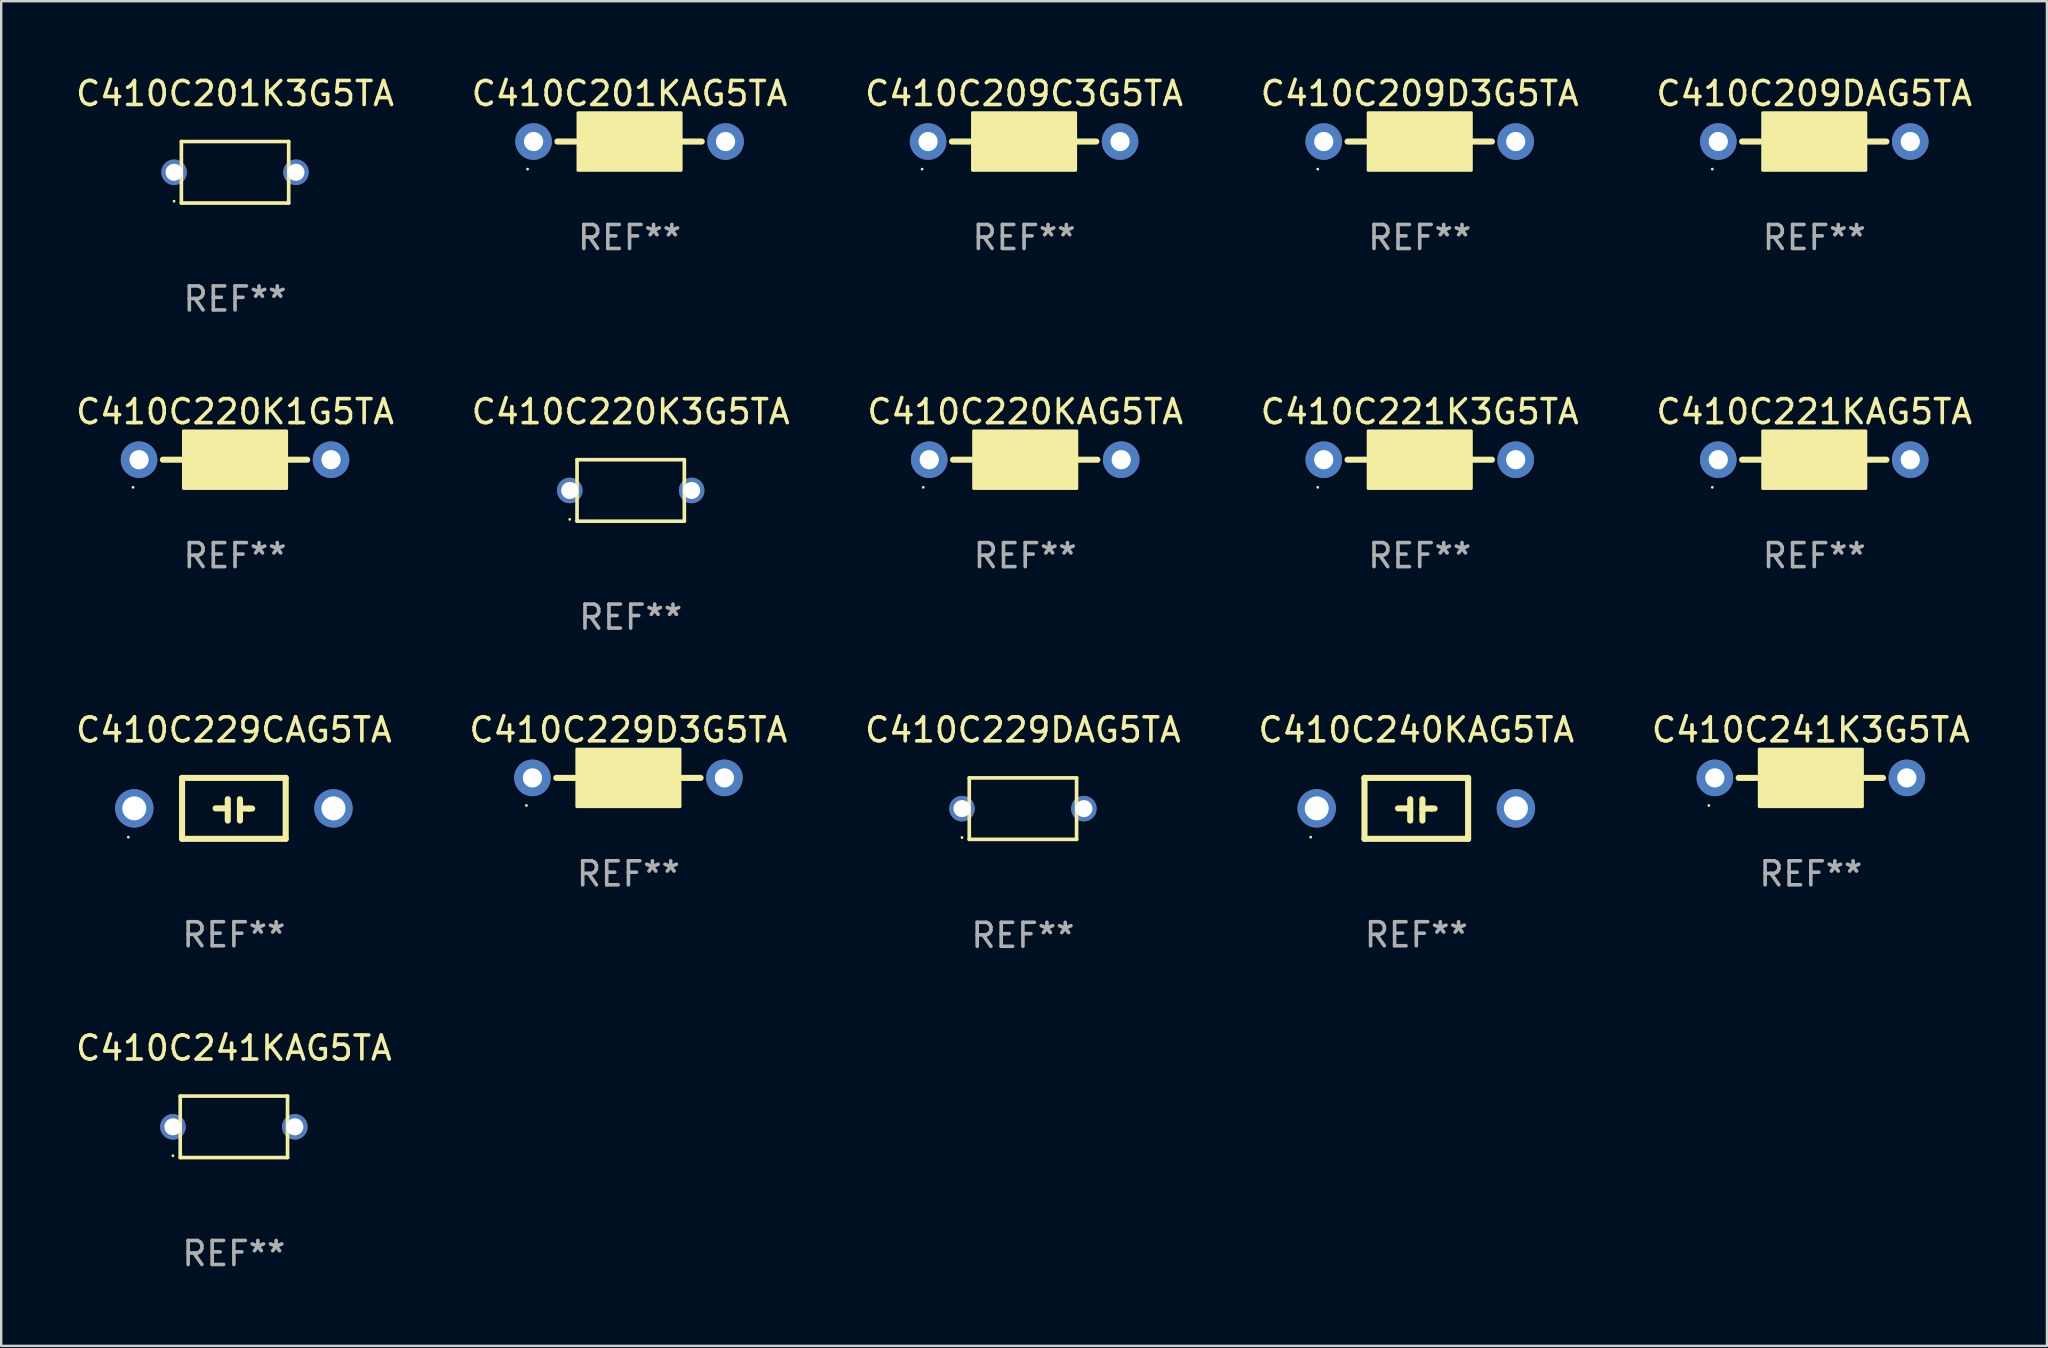
<source format=kicad_pcb>
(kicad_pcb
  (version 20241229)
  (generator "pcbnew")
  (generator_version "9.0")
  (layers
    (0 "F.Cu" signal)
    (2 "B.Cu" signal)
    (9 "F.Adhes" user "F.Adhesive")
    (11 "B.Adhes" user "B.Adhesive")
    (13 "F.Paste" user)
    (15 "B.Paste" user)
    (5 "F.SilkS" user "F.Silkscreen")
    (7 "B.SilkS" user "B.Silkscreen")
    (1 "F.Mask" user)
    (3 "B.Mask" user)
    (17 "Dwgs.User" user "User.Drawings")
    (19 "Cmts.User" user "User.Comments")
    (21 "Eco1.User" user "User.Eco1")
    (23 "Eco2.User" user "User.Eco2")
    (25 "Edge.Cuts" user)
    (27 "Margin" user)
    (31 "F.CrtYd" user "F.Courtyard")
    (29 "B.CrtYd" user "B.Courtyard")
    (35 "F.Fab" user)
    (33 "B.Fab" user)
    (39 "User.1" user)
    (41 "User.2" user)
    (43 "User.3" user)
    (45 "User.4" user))
  (footprint "C410C240KAG5TA"
    (layer "F.Cu")
    (at 55.97 30.636)
    (property "Reference" "C410C240KAG5TA" (at 0 -3.27 0) (layer "F.SilkS") (effects (font (size 1 1) (thickness 0.15))))
    (attr through_hole)
    (fp_line (start -2.159 -1.27) (end -2.159 1.27) (stroke (width 0.254) (type solid)) (layer "F.SilkS"))
    (fp_line (start -2.159 1.27) (end 2.159 1.27) (stroke (width 0.254) (type solid)) (layer "F.SilkS"))
    (fp_line (start -0.762 0) (end -0.322 0) (stroke (width 0.254) (type solid)) (layer "F.SilkS"))
    (fp_line (start -0.322 0) (end -0.254 0.068) (stroke (width 0.254) (type solid)) (layer "F.SilkS"))
    (fp_line (start -0.254 -0.381) (end -0.254 0.508) (stroke (width 0.254) (type solid)) (layer "F.SilkS"))
    (fp_line (start 0.254 -0.381) (end 0.254 0.508) (stroke (width 0.254) (type solid)) (layer "F.SilkS"))
    (fp_line (start 0.254 0.008) (end 0.635 0.008) (stroke (width 0.254) (type solid)) (layer "F.SilkS"))
    (fp_line (start 0.635 0.008) (end 0.762 0.008) (stroke (width 0.254) (type solid)) (layer "F.SilkS"))
    (fp_line (start 2.159 -1.27) (end -2.159 -1.27) (stroke (width 0.254) (type solid)) (layer "F.SilkS"))
    (fp_line (start 2.159 1.27) (end 2.159 -1.27) (stroke (width 0.254) (type solid)) (layer "F.SilkS"))
    (fp_circle (center -4.4 1.2) (end -4.37 1.2) (stroke (width 0.06) (type solid)) (fill no) (layer "F.SilkS"))
    (fp_text user "REF**" (at 0 5.27 0) (layer "F.Fab") (effects (font (size 1 1) (thickness 0.15))))
    (pad "1" thru_hole circle (at -4.15 0) (size 1.6 1.6) (drill 1) (layers "*.Cu" "*.Mask"))
    (pad "2" thru_hole circle (at 4.15 0) (size 1.6 1.6) (drill 1) (layers "*.Cu" "*.Mask")))
  (footprint "C410C229CAG5TA"
    (layer "F.Cu")
    (at 6.696 30.636)
    (property "Reference" "C410C229CAG5TA" (at 0 -3.27 0) (layer "F.SilkS") (effects (font (size 1 1) (thickness 0.15))))
    (attr through_hole)
    (fp_line (start -2.159 -1.27) (end -2.159 1.27) (stroke (width 0.254) (type solid)) (layer "F.SilkS"))
    (fp_line (start -2.159 1.27) (end 2.159 1.27) (stroke (width 0.254) (type solid)) (layer "F.SilkS"))
    (fp_line (start -0.762 0) (end -0.322 0) (stroke (width 0.254) (type solid)) (layer "F.SilkS"))
    (fp_line (start -0.322 0) (end -0.254 0.068) (stroke (width 0.254) (type solid)) (layer "F.SilkS"))
    (fp_line (start -0.254 -0.381) (end -0.254 0.508) (stroke (width 0.254) (type solid)) (layer "F.SilkS"))
    (fp_line (start 0.254 -0.381) (end 0.254 0.508) (stroke (width 0.254) (type solid)) (layer "F.SilkS"))
    (fp_line (start 0.254 0.008) (end 0.635 0.008) (stroke (width 0.254) (type solid)) (layer "F.SilkS"))
    (fp_line (start 0.635 0.008) (end 0.762 0.008) (stroke (width 0.254) (type solid)) (layer "F.SilkS"))
    (fp_line (start 2.159 -1.27) (end -2.159 -1.27) (stroke (width 0.254) (type solid)) (layer "F.SilkS"))
    (fp_line (start 2.159 1.27) (end 2.159 -1.27) (stroke (width 0.254) (type solid)) (layer "F.SilkS"))
    (fp_circle (center -4.4 1.2) (end -4.37 1.2) (stroke (width 0.06) (type solid)) (fill no) (layer "F.SilkS"))
    (fp_text user "REF**" (at 0 5.27 0) (layer "F.Fab") (effects (font (size 1 1) (thickness 0.15))))
    (pad "1" thru_hole circle (at -4.15 0) (size 1.6 1.6) (drill 1) (layers "*.Cu" "*.Mask"))
    (pad "2" thru_hole circle (at 4.15 0) (size 1.6 1.6) (drill 1) (layers "*.Cu" "*.Mask")))
  (footprint "C410C229D3G5TA"
    (layer "F.Cu")
    (at 23.137 29.366)
    (property "Reference" "C410C229D3G5TA" (at 0 -2 0) (layer "F.SilkS") (effects (font (size 1 1) (thickness 0.15))))
    (attr through_hole)
    (fp_line (start -2.25 0) (end -3.007 0) (stroke (width 0.254) (type solid)) (layer "F.SilkS"))
    (fp_line (start 2.2 0) (end 3.007 0) (stroke (width 0.254) (type solid)) (layer "F.SilkS"))
    (fp_circle (center -4.25 1.15) (end -4.22 1.15) (stroke (width 0.06) (type solid)) (fill no) (layer "F.SilkS"))
    (fp_poly (pts (xy -2.15 -1.2) (xy 2.15 -1.2) (xy 2.15 1.2) (xy -2.15 1.2)) (stroke (width 0.12) (type solid)) (fill yes) (layer "F.SilkS"))
    (fp_text user "REF**" (at 0 4 0) (layer "F.Fab") (effects (font (size 1 1) (thickness 0.15))))
    (pad "1" thru_hole circle (at -4 0) (size 1.524 1.524) (drill 0.8) (layers "*.Cu" "*.Mask"))
    (pad "2" thru_hole circle (at 4 0) (size 1.524 1.524) (drill 0.8) (layers "*.Cu" "*.Mask")))
  (footprint "C410C229DAG5TA"
    (layer "F.Cu")
    (at 39.577 30.647)
    (property "Reference" "C410C229DAG5TA" (at 0 -3.281 0) (layer "F.SilkS") (effects (font (size 1 1) (thickness 0.15))))
    (attr through_hole)
    (fp_line (start -2.236 -1.281) (end 2.236 -1.281) (stroke (width 0.152) (type solid)) (layer "F.SilkS"))
    (fp_line (start -2.236 1.281) (end -2.236 -1.281) (stroke (width 0.152) (type solid)) (layer "F.SilkS"))
    (fp_line (start 2.236 -1.281) (end 2.236 1.281) (stroke (width 0.152) (type solid)) (layer "F.SilkS"))
    (fp_line (start 2.236 1.281) (end -2.236 1.281) (stroke (width 0.152) (type solid)) (layer "F.SilkS"))
    (fp_circle (center -2.54 1.205) (end -2.51 1.205) (stroke (width 0.06) (type solid)) (fill no) (layer "F.SilkS"))
    (fp_text user "REF**" (at 0 5.281 0) (layer "F.Fab") (effects (font (size 1 1) (thickness 0.15))))
    (pad "1" thru_hole circle (at -2.54 0) (size 1.065 1.065) (drill 0.71) (layers "*.Cu" "*.Mask"))
    (pad "2" thru_hole circle (at 2.54 0) (size 1.065 1.065) (drill 0.71) (layers "*.Cu" "*.Mask")))
  (footprint "C410C221K3G5TA"
    (layer "F.Cu")
    (at 56.113 16.107)
    (property "Reference" "C410C221K3G5TA" (at 0 -2 0) (layer "F.SilkS") (effects (font (size 1 1) (thickness 0.15))))
    (attr through_hole)
    (fp_line (start -2.25 0) (end -3.007 0) (stroke (width 0.254) (type solid)) (layer "F.SilkS"))
    (fp_line (start 2.2 0) (end 3.007 0) (stroke (width 0.254) (type solid)) (layer "F.SilkS"))
    (fp_circle (center -4.25 1.15) (end -4.22 1.15) (stroke (width 0.06) (type solid)) (fill no) (layer "F.SilkS"))
    (fp_poly (pts (xy -2.15 -1.2) (xy 2.15 -1.2) (xy 2.15 1.2) (xy -2.15 1.2)) (stroke (width 0.12) (type solid)) (fill yes) (layer "F.SilkS"))
    (fp_text user "REF**" (at 0 4 0) (layer "F.Fab") (effects (font (size 1 1) (thickness 0.15))))
    (pad "1" thru_hole circle (at -4 0) (size 1.524 1.524) (drill 0.8) (layers "*.Cu" "*.Mask"))
    (pad "2" thru_hole circle (at 4 0) (size 1.524 1.524) (drill 0.8) (layers "*.Cu" "*.Mask")))
  (footprint "C410C209D3G5TA"
    (layer "F.Cu")
    (at 56.113 2.848)
    (property "Reference" "C410C209D3G5TA" (at 0 -2 0) (layer "F.SilkS") (effects (font (size 1 1) (thickness 0.15))))
    (attr through_hole)
    (fp_line (start -2.25 0) (end -3.007 0) (stroke (width 0.254) (type solid)) (layer "F.SilkS"))
    (fp_line (start 2.2 0) (end 3.007 0) (stroke (width 0.254) (type solid)) (layer "F.SilkS"))
    (fp_circle (center -4.25 1.15) (end -4.22 1.15) (stroke (width 0.06) (type solid)) (fill no) (layer "F.SilkS"))
    (fp_poly (pts (xy -2.15 -1.2) (xy 2.15 -1.2) (xy 2.15 1.2) (xy -2.15 1.2)) (stroke (width 0.12) (type solid)) (fill yes) (layer "F.SilkS"))
    (fp_text user "REF**" (at 0 4 0) (layer "F.Fab") (effects (font (size 1 1) (thickness 0.15))))
    (pad "1" thru_hole circle (at -4 0) (size 1.524 1.524) (drill 0.8) (layers "*.Cu" "*.Mask"))
    (pad "2" thru_hole circle (at 4 0) (size 1.524 1.524) (drill 0.8) (layers "*.Cu" "*.Mask")))
  (footprint "C410C221KAG5TA"
    (layer "F.Cu")
    (at 72.554 16.107)
    (property "Reference" "C410C221KAG5TA" (at 0 -2 0) (layer "F.SilkS") (effects (font (size 1 1) (thickness 0.15))))
    (attr through_hole)
    (fp_line (start -2.25 0) (end -3.007 0) (stroke (width 0.254) (type solid)) (layer "F.SilkS"))
    (fp_line (start 2.2 0) (end 3.007 0) (stroke (width 0.254) (type solid)) (layer "F.SilkS"))
    (fp_circle (center -4.25 1.15) (end -4.22 1.15) (stroke (width 0.06) (type solid)) (fill no) (layer "F.SilkS"))
    (fp_poly (pts (xy -2.15 -1.2) (xy 2.15 -1.2) (xy 2.15 1.2) (xy -2.15 1.2)) (stroke (width 0.12) (type solid)) (fill yes) (layer "F.SilkS"))
    (fp_text user "REF**" (at 0 4 0) (layer "F.Fab") (effects (font (size 1 1) (thickness 0.15))))
    (pad "1" thru_hole circle (at -4 0) (size 1.524 1.524) (drill 0.8) (layers "*.Cu" "*.Mask"))
    (pad "2" thru_hole circle (at 4 0) (size 1.524 1.524) (drill 0.8) (layers "*.Cu" "*.Mask")))
  (footprint "C410C220K3G5TA"
    (layer "F.Cu")
    (at 23.232 17.388)
    (property "Reference" "C410C220K3G5TA" (at 0 -3.281 0) (layer "F.SilkS") (effects (font (size 1 1) (thickness 0.15))))
    (attr through_hole)
    (fp_line (start -2.236 -1.281) (end 2.236 -1.281) (stroke (width 0.152) (type solid)) (layer "F.SilkS"))
    (fp_line (start -2.236 1.281) (end -2.236 -1.281) (stroke (width 0.152) (type solid)) (layer "F.SilkS"))
    (fp_line (start 2.236 -1.281) (end 2.236 1.281) (stroke (width 0.152) (type solid)) (layer "F.SilkS"))
    (fp_line (start 2.236 1.281) (end -2.236 1.281) (stroke (width 0.152) (type solid)) (layer "F.SilkS"))
    (fp_circle (center -2.54 1.205) (end -2.51 1.205) (stroke (width 0.06) (type solid)) (fill no) (layer "F.SilkS"))
    (fp_text user "REF**" (at 0 5.281 0) (layer "F.Fab") (effects (font (size 1 1) (thickness 0.15))))
    (pad "1" thru_hole circle (at -2.54 0) (size 1.065 1.065) (drill 0.71) (layers "*.Cu" "*.Mask"))
    (pad "2" thru_hole circle (at 2.54 0) (size 1.065 1.065) (drill 0.71) (layers "*.Cu" "*.Mask")))
  (footprint "C410C241KAG5TA"
    (layer "F.Cu")
    (at 6.696 43.906)
    (property "Reference" "C410C241KAG5TA" (at 0 -3.281 0) (layer "F.SilkS") (effects (font (size 1 1) (thickness 0.15))))
    (attr through_hole)
    (fp_line (start -2.236 -1.281) (end 2.236 -1.281) (stroke (width 0.152) (type solid)) (layer "F.SilkS"))
    (fp_line (start -2.236 1.281) (end -2.236 -1.281) (stroke (width 0.152) (type solid)) (layer "F.SilkS"))
    (fp_line (start 2.236 -1.281) (end 2.236 1.281) (stroke (width 0.152) (type solid)) (layer "F.SilkS"))
    (fp_line (start 2.236 1.281) (end -2.236 1.281) (stroke (width 0.152) (type solid)) (layer "F.SilkS"))
    (fp_circle (center -2.54 1.205) (end -2.51 1.205) (stroke (width 0.06) (type solid)) (fill no) (layer "F.SilkS"))
    (fp_text user "REF**" (at 0 5.281 0) (layer "F.Fab") (effects (font (size 1 1) (thickness 0.15))))
    (pad "1" thru_hole circle (at -2.54 0) (size 1.065 1.065) (drill 0.71) (layers "*.Cu" "*.Mask"))
    (pad "2" thru_hole circle (at 2.54 0) (size 1.065 1.065) (drill 0.71) (layers "*.Cu" "*.Mask")))
  (footprint "C410C209C3G5TA"
    (layer "F.Cu")
    (at 39.625 2.848)
    (property "Reference" "C410C209C3G5TA" (at 0 -2 0) (layer "F.SilkS") (effects (font (size 1 1) (thickness 0.15))))
    (attr through_hole)
    (fp_line (start -2.25 0) (end -3.007 0) (stroke (width 0.254) (type solid)) (layer "F.SilkS"))
    (fp_line (start 2.2 0) (end 3.007 0) (stroke (width 0.254) (type solid)) (layer "F.SilkS"))
    (fp_circle (center -4.25 1.15) (end -4.22 1.15) (stroke (width 0.06) (type solid)) (fill no) (layer "F.SilkS"))
    (fp_poly (pts (xy -2.15 -1.2) (xy 2.15 -1.2) (xy 2.15 1.2) (xy -2.15 1.2)) (stroke (width 0.12) (type solid)) (fill yes) (layer "F.SilkS"))
    (fp_text user "REF**" (at 0 4 0) (layer "F.Fab") (effects (font (size 1 1) (thickness 0.15))))
    (pad "1" thru_hole circle (at -4 0) (size 1.524 1.524) (drill 0.8) (layers "*.Cu" "*.Mask"))
    (pad "2" thru_hole circle (at 4 0) (size 1.524 1.524) (drill 0.8) (layers "*.Cu" "*.Mask")))
  (footprint "C410C209DAG5TA"
    (layer "F.Cu")
    (at 72.554 2.848)
    (property "Reference" "C410C209DAG5TA" (at 0 -2 0) (layer "F.SilkS") (effects (font (size 1 1) (thickness 0.15))))
    (attr through_hole)
    (fp_line (start -2.25 0) (end -3.007 0) (stroke (width 0.254) (type solid)) (layer "F.SilkS"))
    (fp_line (start 2.2 0) (end 3.007 0) (stroke (width 0.254) (type solid)) (layer "F.SilkS"))
    (fp_circle (center -4.25 1.15) (end -4.22 1.15) (stroke (width 0.06) (type solid)) (fill no) (layer "F.SilkS"))
    (fp_poly (pts (xy -2.15 -1.2) (xy 2.15 -1.2) (xy 2.15 1.2) (xy -2.15 1.2)) (stroke (width 0.12) (type solid)) (fill yes) (layer "F.SilkS"))
    (fp_text user "REF**" (at 0 4 0) (layer "F.Fab") (effects (font (size 1 1) (thickness 0.15))))
    (pad "1" thru_hole circle (at -4 0) (size 1.524 1.524) (drill 0.8) (layers "*.Cu" "*.Mask"))
    (pad "2" thru_hole circle (at 4 0) (size 1.524 1.524) (drill 0.8) (layers "*.Cu" "*.Mask")))
  (footprint "C410C220KAG5TA"
    (layer "F.Cu")
    (at 39.673 16.107)
    (property "Reference" "C410C220KAG5TA" (at 0 -2 0) (layer "F.SilkS") (effects (font (size 1 1) (thickness 0.15))))
    (attr through_hole)
    (fp_line (start -2.25 0) (end -3.007 0) (stroke (width 0.254) (type solid)) (layer "F.SilkS"))
    (fp_line (start 2.2 0) (end 3.007 0) (stroke (width 0.254) (type solid)) (layer "F.SilkS"))
    (fp_circle (center -4.25 1.15) (end -4.22 1.15) (stroke (width 0.06) (type solid)) (fill no) (layer "F.SilkS"))
    (fp_poly (pts (xy -2.15 -1.2) (xy 2.15 -1.2) (xy 2.15 1.2) (xy -2.15 1.2)) (stroke (width 0.12) (type solid)) (fill yes) (layer "F.SilkS"))
    (fp_text user "REF**" (at 0 4 0) (layer "F.Fab") (effects (font (size 1 1) (thickness 0.15))))
    (pad "1" thru_hole circle (at -4 0) (size 1.524 1.524) (drill 0.8) (layers "*.Cu" "*.Mask"))
    (pad "2" thru_hole circle (at 4 0) (size 1.524 1.524) (drill 0.8) (layers "*.Cu" "*.Mask")))
  (footprint "C410C201K3G5TA"
    (layer "F.Cu")
    (at 6.744 4.129)
    (property "Reference" "C410C201K3G5TA" (at 0 -3.281 0) (layer "F.SilkS") (effects (font (size 1 1) (thickness 0.15))))
    (attr through_hole)
    (fp_line (start -2.236 -1.281) (end 2.236 -1.281) (stroke (width 0.152) (type solid)) (layer "F.SilkS"))
    (fp_line (start -2.236 1.281) (end -2.236 -1.281) (stroke (width 0.152) (type solid)) (layer "F.SilkS"))
    (fp_line (start 2.236 -1.281) (end 2.236 1.281) (stroke (width 0.152) (type solid)) (layer "F.SilkS"))
    (fp_line (start 2.236 1.281) (end -2.236 1.281) (stroke (width 0.152) (type solid)) (layer "F.SilkS"))
    (fp_circle (center -2.54 1.205) (end -2.51 1.205) (stroke (width 0.06) (type solid)) (fill no) (layer "F.SilkS"))
    (fp_text user "REF**" (at 0 5.281 0) (layer "F.Fab") (effects (font (size 1 1) (thickness 0.15))))
    (pad "1" thru_hole circle (at -2.54 0) (size 1.065 1.065) (drill 0.71) (layers "*.Cu" "*.Mask"))
    (pad "2" thru_hole circle (at 2.54 0) (size 1.065 1.065) (drill 0.71) (layers "*.Cu" "*.Mask")))
  (footprint "C410C241K3G5TA"
    (layer "F.Cu")
    (at 72.411 29.366)
    (property "Reference" "C410C241K3G5TA" (at 0 -2 0) (layer "F.SilkS") (effects (font (size 1 1) (thickness 0.15))))
    (attr through_hole)
    (fp_line (start -2.25 0) (end -3.007 0) (stroke (width 0.254) (type solid)) (layer "F.SilkS"))
    (fp_line (start 2.2 0) (end 3.007 0) (stroke (width 0.254) (type solid)) (layer "F.SilkS"))
    (fp_circle (center -4.25 1.15) (end -4.22 1.15) (stroke (width 0.06) (type solid)) (fill no) (layer "F.SilkS"))
    (fp_poly (pts (xy -2.15 -1.2) (xy 2.15 -1.2) (xy 2.15 1.2) (xy -2.15 1.2)) (stroke (width 0.12) (type solid)) (fill yes) (layer "F.SilkS"))
    (fp_text user "REF**" (at 0 4 0) (layer "F.Fab") (effects (font (size 1 1) (thickness 0.15))))
    (pad "1" thru_hole circle (at -4 0) (size 1.524 1.524) (drill 0.8) (layers "*.Cu" "*.Mask"))
    (pad "2" thru_hole circle (at 4 0) (size 1.524 1.524) (drill 0.8) (layers "*.Cu" "*.Mask")))
  (footprint "C410C201KAG5TA"
    (layer "F.Cu")
    (at 23.185 2.848)
    (property "Reference" "C410C201KAG5TA" (at 0 -2 0) (layer "F.SilkS") (effects (font (size 1 1) (thickness 0.15))))
    (attr through_hole)
    (fp_line (start -2.25 0) (end -3.007 0) (stroke (width 0.254) (type solid)) (layer "F.SilkS"))
    (fp_line (start 2.2 0) (end 3.007 0) (stroke (width 0.254) (type solid)) (layer "F.SilkS"))
    (fp_circle (center -4.25 1.15) (end -4.22 1.15) (stroke (width 0.06) (type solid)) (fill no) (layer "F.SilkS"))
    (fp_poly (pts (xy -2.15 -1.2) (xy 2.15 -1.2) (xy 2.15 1.2) (xy -2.15 1.2)) (stroke (width 0.12) (type solid)) (fill yes) (layer "F.SilkS"))
    (fp_text user "REF**" (at 0 4 0) (layer "F.Fab") (effects (font (size 1 1) (thickness 0.15))))
    (pad "1" thru_hole circle (at -4 0) (size 1.524 1.524) (drill 0.8) (layers "*.Cu" "*.Mask"))
    (pad "2" thru_hole circle (at 4 0) (size 1.524 1.524) (drill 0.8) (layers "*.Cu" "*.Mask")))
  (footprint "C410C220K1G5TA"
    (layer "F.Cu")
    (at 6.744 16.107)
    (property "Reference" "C410C220K1G5TA" (at 0 -2 0) (layer "F.SilkS") (effects (font (size 1 1) (thickness 0.15))))
    (attr through_hole)
    (fp_line (start -2.25 0) (end -3.007 0) (stroke (width 0.254) (type solid)) (layer "F.SilkS"))
    (fp_line (start 2.2 0) (end 3.007 0) (stroke (width 0.254) (type solid)) (layer "F.SilkS"))
    (fp_circle (center -4.25 1.15) (end -4.22 1.15) (stroke (width 0.06) (type solid)) (fill no) (layer "F.SilkS"))
    (fp_poly (pts (xy -2.15 -1.2) (xy 2.15 -1.2) (xy 2.15 1.2) (xy -2.15 1.2)) (stroke (width 0.12) (type solid)) (fill yes) (layer "F.SilkS"))
    (fp_text user "REF**" (at 0 4 0) (layer "F.Fab") (effects (font (size 1 1) (thickness 0.15))))
    (pad "1" thru_hole circle (at -4 0) (size 1.524 1.524) (drill 0.8) (layers "*.Cu" "*.Mask"))
    (pad "2" thru_hole circle (at 4 0) (size 1.524 1.524) (drill 0.8) (layers "*.Cu" "*.Mask")))
  (gr_rect
    (start -3 -3)
    (end 82.25 53.036)
    (stroke (width 0.1) (type default))
    (fill no)
    (layer "Edge.Cuts")))
</source>
